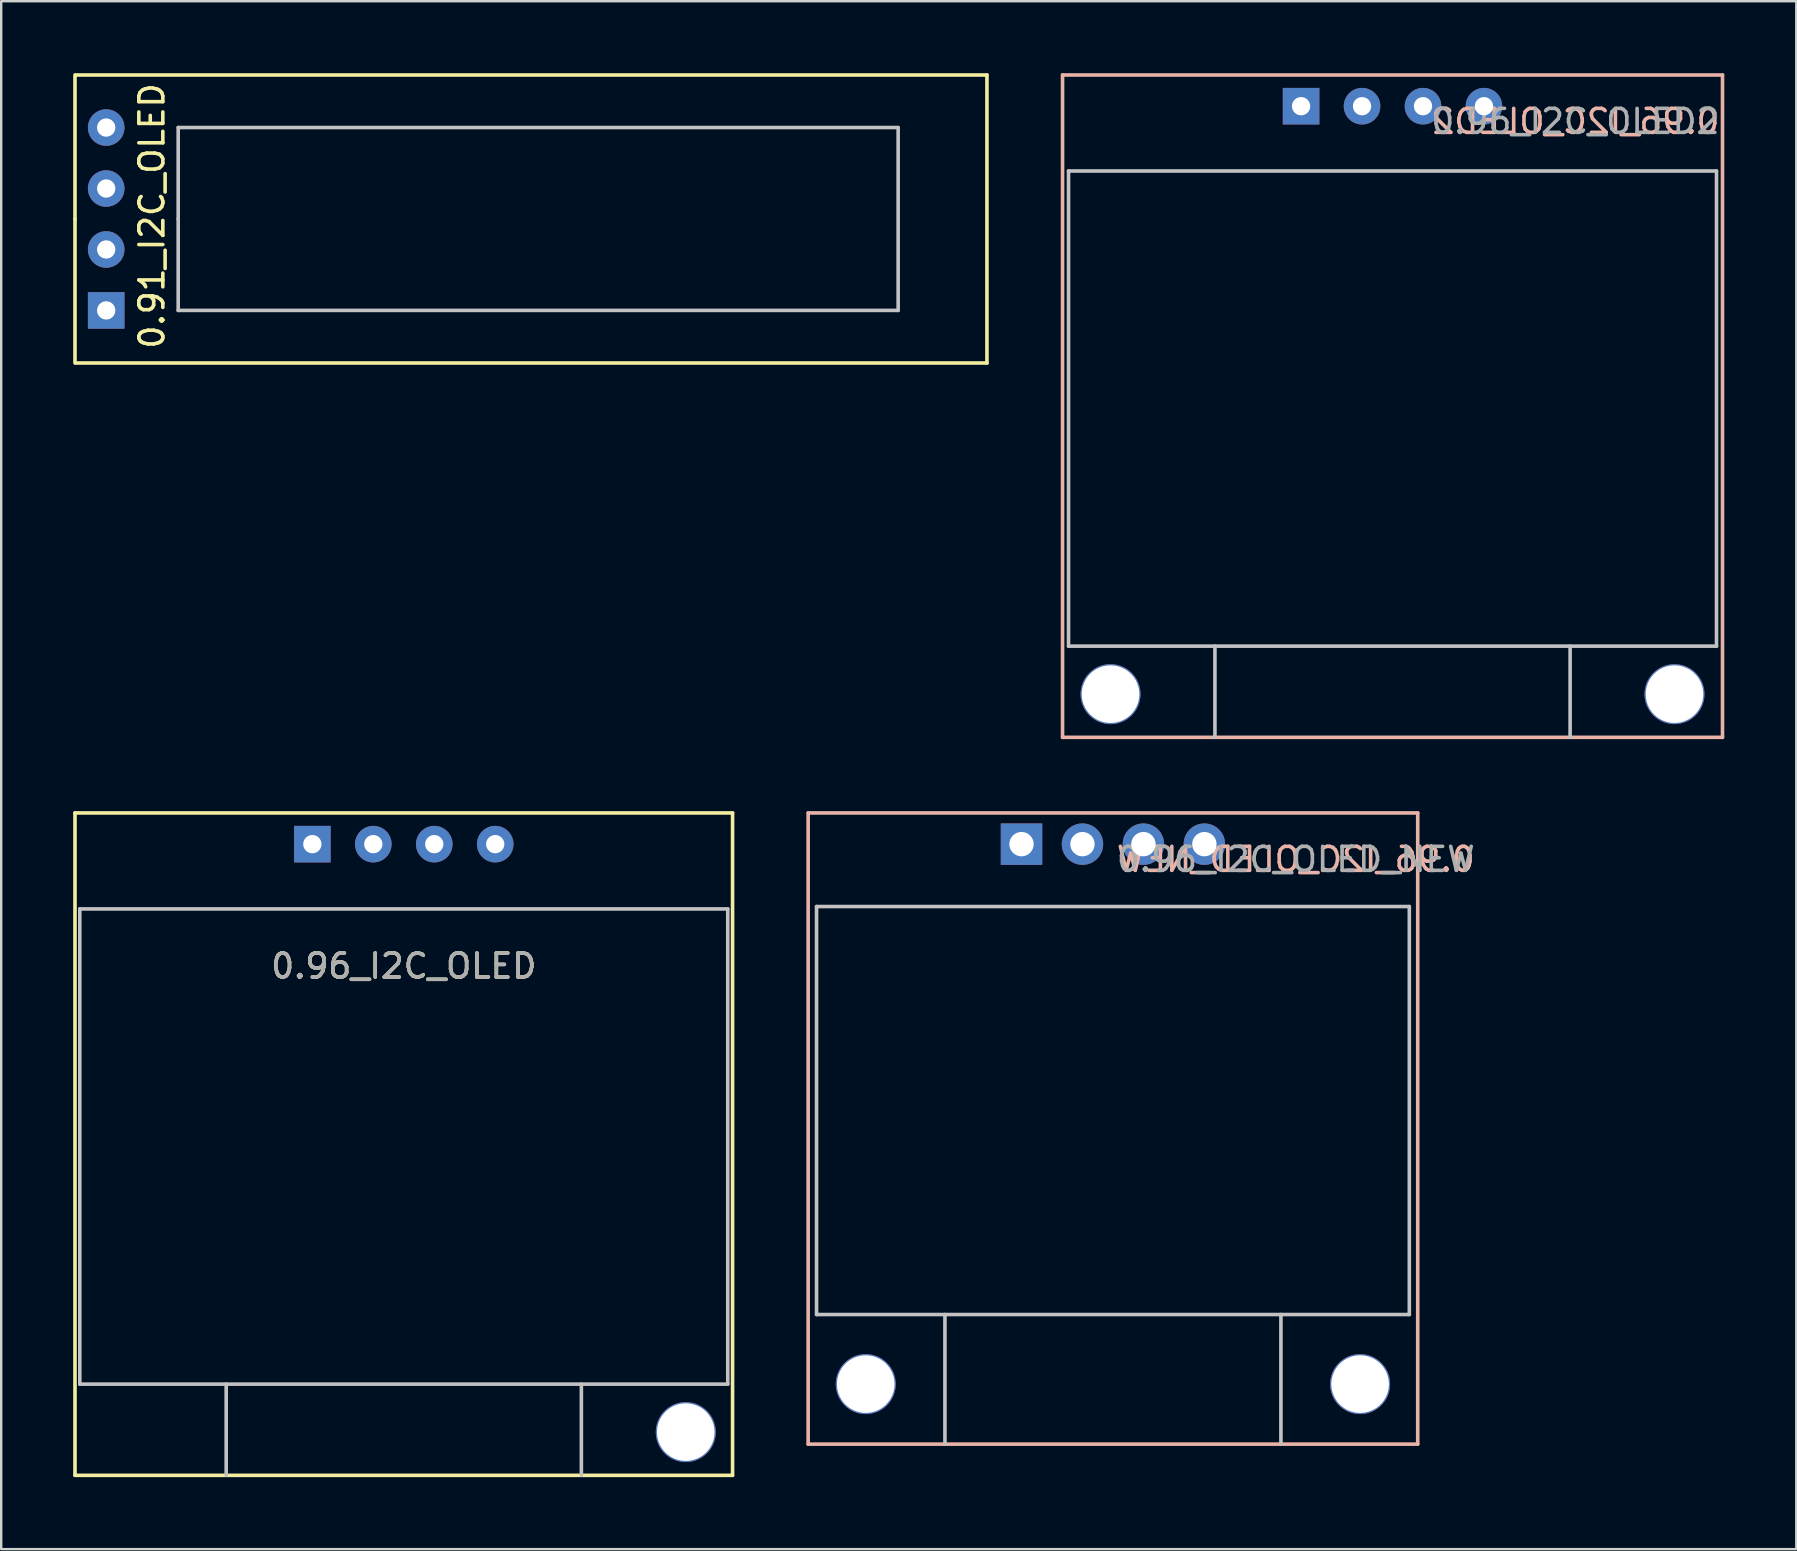
<source format=kicad_pcb>
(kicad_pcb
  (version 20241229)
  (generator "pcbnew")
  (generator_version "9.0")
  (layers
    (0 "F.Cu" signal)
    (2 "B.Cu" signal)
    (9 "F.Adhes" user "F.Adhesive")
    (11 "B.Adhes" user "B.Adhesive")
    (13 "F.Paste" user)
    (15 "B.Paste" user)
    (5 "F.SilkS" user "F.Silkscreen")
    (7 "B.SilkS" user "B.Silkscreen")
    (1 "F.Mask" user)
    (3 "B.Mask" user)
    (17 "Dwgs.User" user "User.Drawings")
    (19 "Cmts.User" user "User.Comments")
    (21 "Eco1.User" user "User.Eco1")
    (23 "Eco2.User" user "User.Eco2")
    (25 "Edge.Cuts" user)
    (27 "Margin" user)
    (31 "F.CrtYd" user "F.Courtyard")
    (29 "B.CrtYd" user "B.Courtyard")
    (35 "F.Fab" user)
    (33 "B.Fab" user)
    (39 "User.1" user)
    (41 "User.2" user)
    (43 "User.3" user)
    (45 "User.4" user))
  (footprint "0.96_I2C_OLED_NEW"
    (layer "F.Cu")
    (at 43.325 32.125)
    (property "Reference" "0.96_I2C_OLED_NEW" (at 7.62 0.635 0) (layer "B.SilkS") (effects (font (size 1 1) (thickness 0.15)) (justify mirror)))
    (attr through_hole)
    (fp_line (start -12.7 -1.3) (end -12.7 25) (stroke (width 0.15) (type solid)) (layer "B.SilkS"))
    (fp_line (start -12.7 -1.3) (end 12.7 -1.3) (stroke (width 0.15) (type solid)) (layer "B.SilkS"))
    (fp_line (start -12.7 25) (end 12.7 25) (stroke (width 0.15) (type solid)) (layer "B.SilkS"))
    (fp_line (start 12.7 25) (end 12.7 -1.3) (stroke (width 0.15) (type solid)) (layer "B.SilkS"))
    (fp_line (start -12.35 2.6) (end -12.35 19.6) (stroke (width 0.15) (type solid)) (layer "Dwgs.User"))
    (fp_line (start -12.35 19.6) (end 12.35 19.6) (stroke (width 0.15) (type solid)) (layer "Dwgs.User"))
    (fp_line (start -7 19.6) (end -7 25) (stroke (width 0.15) (type solid)) (layer "Dwgs.User"))
    (fp_line (start 7 19.6) (end 7 25) (stroke (width 0.15) (type solid)) (layer "Dwgs.User"))
    (fp_line (start 12.35 2.6) (end -12.35 2.6) (stroke (width 0.15) (type solid)) (layer "Dwgs.User"))
    (fp_line (start 12.35 19.6) (end 12.35 2.6) (stroke (width 0.15) (type solid)) (layer "Dwgs.User"))
    (fp_text user "${REFERENCE}" (at 7.62 0.635 180) (layer "F.Fab") (effects (font (size 1 1) (thickness 0.15))))
    (pad "" np_thru_hole circle (at -10.3 22.5) (size 2.5 2.5) (drill 2.4) (layers "*.Cu" "*.Mask"))
    (pad "" np_thru_hole circle (at 10.3 22.5) (size 2.5 2.5) (drill 2.4) (layers "*.Cu" "*.Mask"))
    (pad "1" thru_hole rect (at -3.81 0) (size 1.727 1.727) (drill 1.016) (layers "*.Cu" "*.Mask"))
    (pad "2" thru_hole circle (at -1.27 0) (size 1.727 1.727) (drill 1.016) (layers "*.Cu" "*.Mask"))
    (pad "3" thru_hole circle (at 1.27 0) (size 1.727 1.727) (drill 1.016) (layers "*.Cu" "*.Mask"))
    (pad "4" thru_hole circle (at 3.81 0) (size 1.727 1.727) (drill 1.016) (layers "*.Cu" "*.Mask")))
  (footprint "0.91_I2C_OLED"
    (layer "F.Cu")
    (at 1.375 6.075)
    (property "Reference" "0.91_I2C_OLED" (at 1.905 -0.127 90) (layer "F.SilkS") (effects (font (size 1 1) (thickness 0.15))))
    (attr through_hole)
    (fp_line (start -1.3 0) (end -1.3 -6) (stroke (width 0.15) (type solid)) (layer "F.SilkS"))
    (fp_line (start -1.3 0) (end -1.3 6) (stroke (width 0.15) (type solid)) (layer "F.SilkS"))
    (fp_line (start -1.27 6) (end 36.7 6) (stroke (width 0.15) (type solid)) (layer "F.SilkS"))
    (fp_line (start 36.7 -6) (end -1.27 -6) (stroke (width 0.15) (type solid)) (layer "F.SilkS"))
    (fp_line (start 36.7 6) (end 36.7 -6) (stroke (width 0.15) (type solid)) (layer "F.SilkS"))
    (fp_line (start 3 0) (end 3 -3.81) (stroke (width 0.15) (type solid)) (layer "Dwgs.User"))
    (fp_line (start 3 0) (end 3 3.81) (stroke (width 0.15) (type solid)) (layer "Dwgs.User"))
    (fp_line (start 3 3.81) (end 33 3.81) (stroke (width 0.15) (type solid)) (layer "Dwgs.User"))
    (fp_line (start 33 -3.81) (end 3 -3.81) (stroke (width 0.15) (type solid)) (layer "Dwgs.User"))
    (fp_line (start 33 3.81) (end 33 -3.81) (stroke (width 0.15) (type solid)) (layer "Dwgs.User"))
    (pad "1" thru_hole rect (at 0 3.81) (size 1.524 1.524) (drill 0.762) (layers "*.Cu" "*.Mask"))
    (pad "2" thru_hole circle (at 0 1.27) (size 1.524 1.524) (drill 0.762) (layers "*.Cu" "*.Mask"))
    (pad "3" thru_hole circle (at 0 -1.27) (size 1.524 1.524) (drill 0.762) (layers "*.Cu" "*.Mask"))
    (pad "4" thru_hole circle (at 0 -3.81) (size 1.524 1.524) (drill 0.762) (layers "*.Cu" "*.Mask")))
  (footprint "0.96_I2C_OLED2"
    (layer "F.Cu")
    (at 54.975 1.375)
    (property "Reference" "0.96_I2C_OLED2" (at 7.62 0.635 0) (layer "B.SilkS") (effects (font (size 1 1) (thickness 0.15)) (justify mirror)))
    (attr through_hole)
    (fp_line (start -13.75 -1.3) (end -13.75 26.3) (stroke (width 0.15) (type solid)) (layer "B.SilkS"))
    (fp_line (start -13.75 -1.3) (end 13.75 -1.3) (stroke (width 0.15) (type solid)) (layer "B.SilkS"))
    (fp_line (start -13.75 26.3) (end 13.75 26.3) (stroke (width 0.15) (type solid)) (layer "B.SilkS"))
    (fp_line (start 13.75 26.3) (end 13.75 -1.3) (stroke (width 0.15) (type solid)) (layer "B.SilkS"))
    (fp_line (start -13.5 2.7) (end -13.5 22.5) (stroke (width 0.15) (type solid)) (layer "Dwgs.User"))
    (fp_line (start -13.5 22.5) (end 13.5 22.5) (stroke (width 0.15) (type solid)) (layer "Dwgs.User"))
    (fp_line (start -7.4 26.3) (end -7.4 22.5) (stroke (width 0.15) (type solid)) (layer "Dwgs.User"))
    (fp_line (start 7.4 22.5) (end 7.4 26.3) (stroke (width 0.15) (type solid)) (layer "Dwgs.User"))
    (fp_line (start 13.5 2.7) (end -13.5 2.7) (stroke (width 0.15) (type solid)) (layer "Dwgs.User"))
    (fp_line (start 13.5 22.5) (end 13.5 2.7) (stroke (width 0.15) (type solid)) (layer "Dwgs.User"))
    (fp_text user "${REFERENCE}" (at 7.62 0.635 180) (layer "F.Fab") (effects (font (size 1 1) (thickness 0.15))))
    (pad "" np_thru_hole circle (at -11.75 24.5) (size 2.5 2.5) (drill 2.4) (layers "*.Cu" "*.Mask"))
    (pad "" np_thru_hole circle (at 11.75 24.5) (size 2.5 2.5) (drill 2.4) (layers "*.Cu" "*.Mask"))
    (pad "1" thru_hole rect (at -3.81 0) (size 1.524 1.524) (drill 0.762) (layers "*.Cu" "*.Mask"))
    (pad "2" thru_hole circle (at -1.27 0) (size 1.524 1.524) (drill 0.762) (layers "*.Cu" "*.Mask"))
    (pad "3" thru_hole circle (at 1.27 0) (size 1.524 1.524) (drill 0.762) (layers "*.Cu" "*.Mask"))
    (pad "4" thru_hole circle (at 3.81 0) (size 1.524 1.524) (drill 0.762) (layers "*.Cu" "*.Mask")))
  (footprint "0.96_I2C_OLED"
    (layer "F.Cu")
    (at 13.775 32.125)
    (property "Reference" "0.96_I2C_OLED" (at 0 5.08 180) (layer "F.SilkS") (effects (font (size 1 1) (thickness 0.15))))
    (attr through_hole)
    (fp_line (start -13.7 -1.3) (end -13.7 26.3) (stroke (width 0.15) (type solid)) (layer "F.SilkS"))
    (fp_line (start -13.7 -1.3) (end 13.7 -1.3) (stroke (width 0.15) (type solid)) (layer "F.SilkS"))
    (fp_line (start -13.7 26.3) (end 13.7 26.3) (stroke (width 0.15) (type solid)) (layer "F.SilkS"))
    (fp_line (start 13.7 26.3) (end 13.7 -1.3) (stroke (width 0.15) (type solid)) (layer "F.SilkS"))
    (fp_line (start -13.5 2.7) (end -13.5 22.5) (stroke (width 0.15) (type solid)) (layer "Dwgs.User"))
    (fp_line (start -13.5 22.5) (end 13.5 22.5) (stroke (width 0.15) (type solid)) (layer "Dwgs.User"))
    (fp_line (start -7.4 26.3) (end -7.4 22.5) (stroke (width 0.15) (type solid)) (layer "Dwgs.User"))
    (fp_line (start 7.4 22.5) (end 7.4 26.3) (stroke (width 0.15) (type solid)) (layer "Dwgs.User"))
    (fp_line (start 13.5 2.7) (end -13.5 2.7) (stroke (width 0.15) (type solid)) (layer "Dwgs.User"))
    (fp_line (start 13.5 22.5) (end 13.5 2.7) (stroke (width 0.15) (type solid)) (layer "Dwgs.User"))
    (fp_text user "${REFERENCE}" (at 0 5.08 180) (layer "F.Fab") (effects (font (size 1 1) (thickness 0.15))))
    (pad "" np_thru_hole circle (at 11.75 24.5) (size 2.5 2.5) (drill 2.4) (layers "*.Cu" "*.Mask"))
    (pad "1" thru_hole rect (at -3.81 0) (size 1.524 1.524) (drill 0.762) (layers "*.Cu" "*.Mask"))
    (pad "2" thru_hole circle (at -1.27 0) (size 1.524 1.524) (drill 0.762) (layers "*.Cu" "*.Mask"))
    (pad "3" thru_hole circle (at 1.27 0) (size 1.524 1.524) (drill 0.762) (layers "*.Cu" "*.Mask"))
    (pad "4" thru_hole circle (at 3.81 0) (size 1.524 1.524) (drill 0.762) (layers "*.Cu" "*.Mask")))
  (gr_rect
    (start -3 -3)
    (end 71.8 61.5)
    (stroke (width 0.1) (type default))
    (fill no)
    (layer "Edge.Cuts")))
</source>
